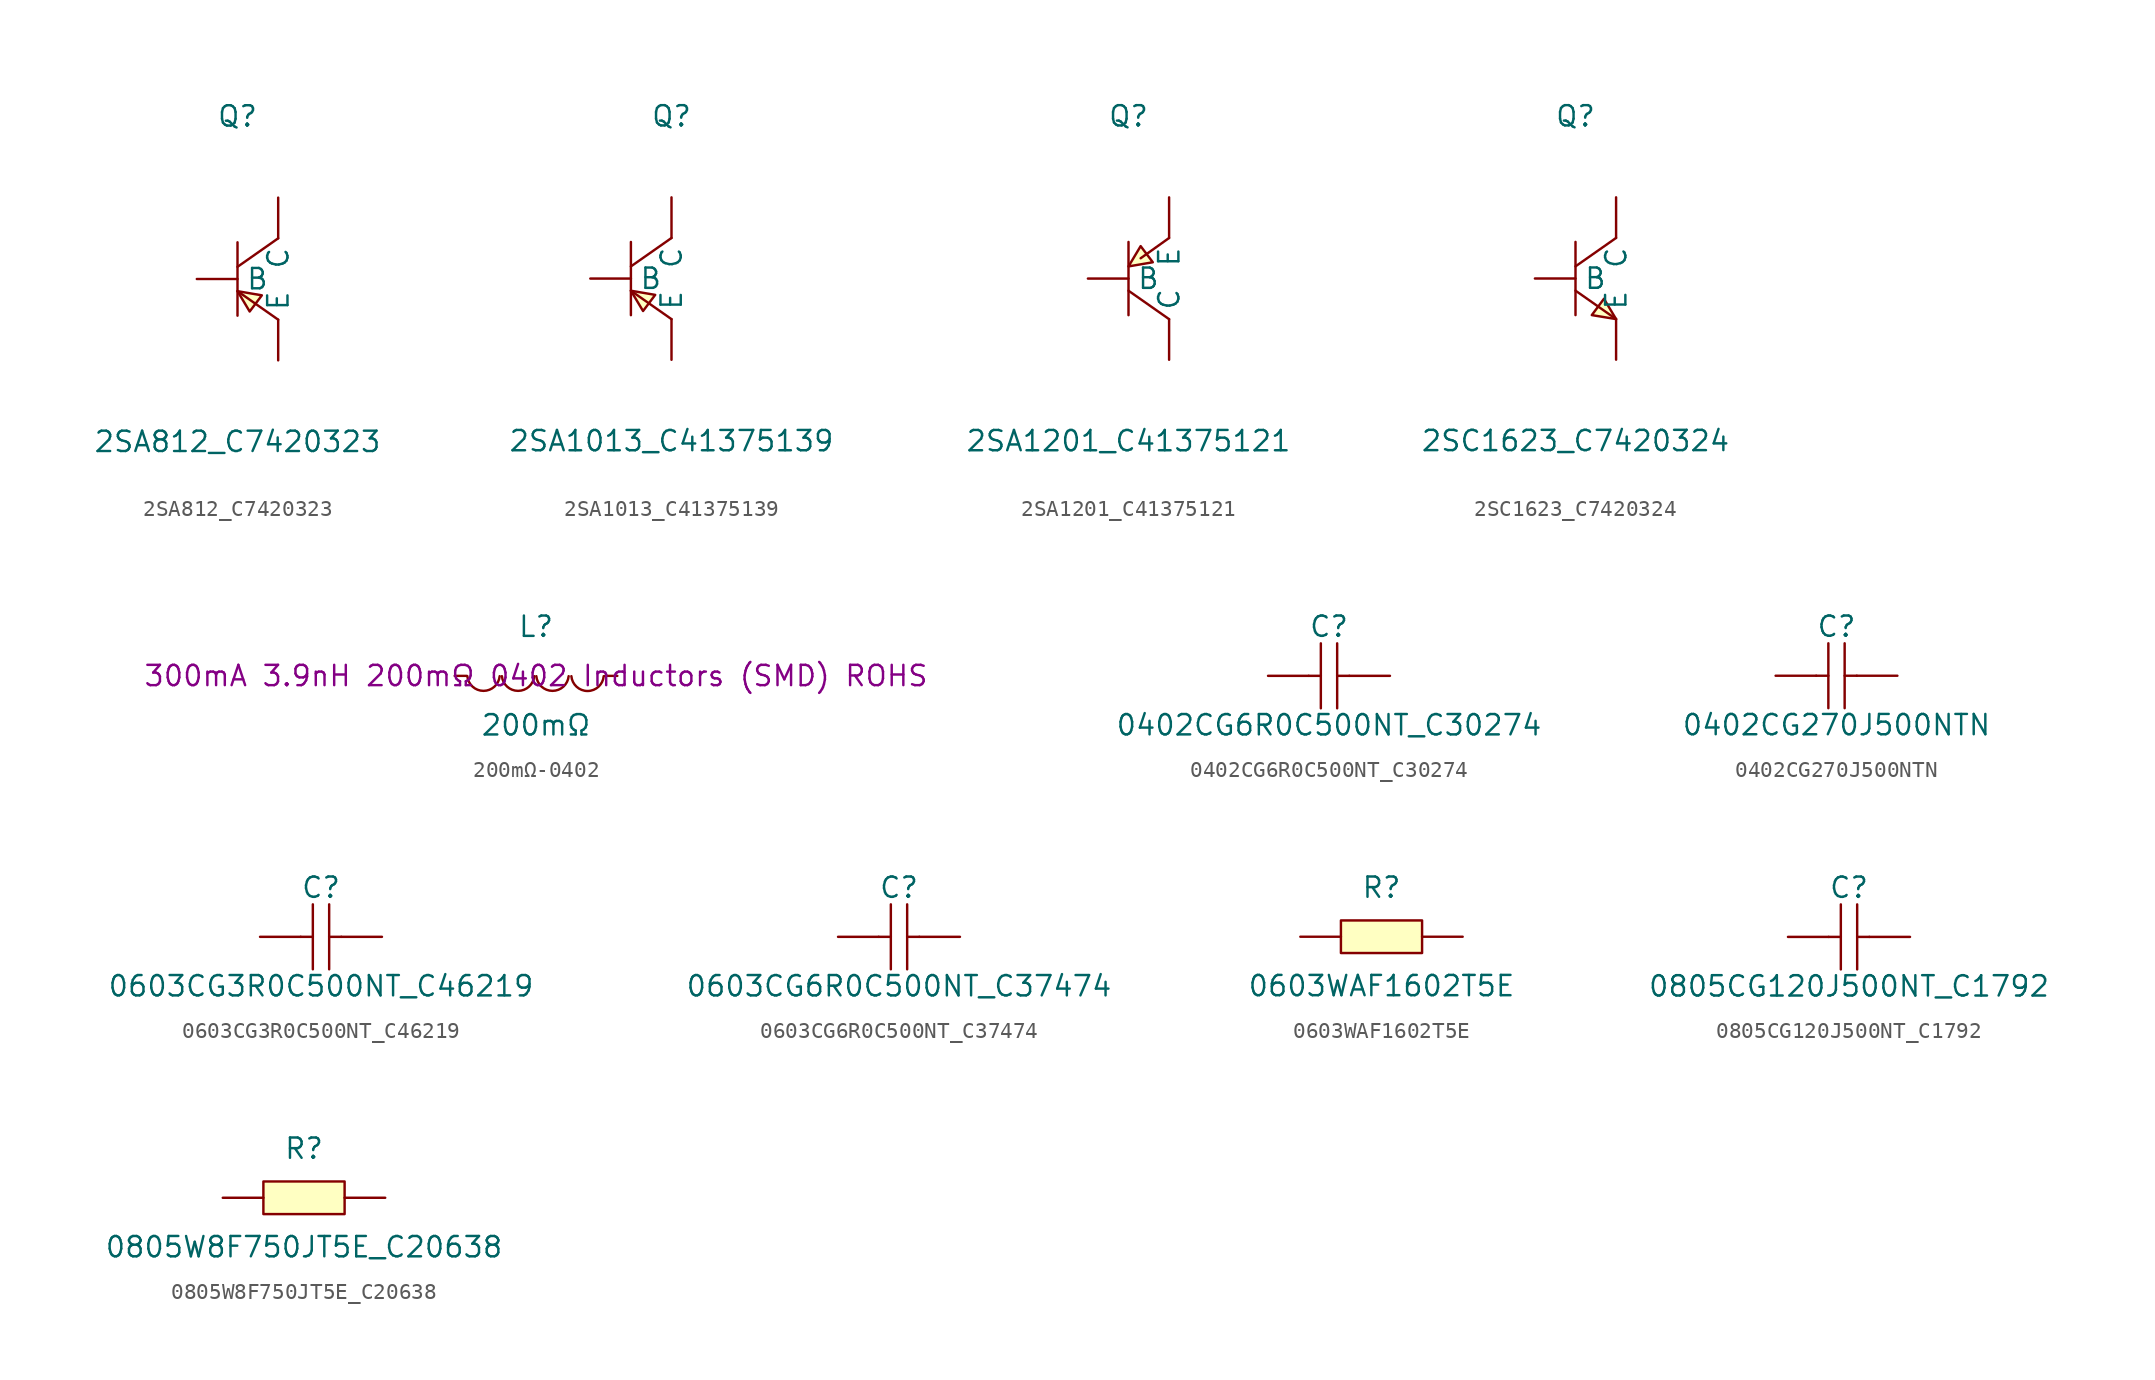
<source format=kicad_sym>
(kicad_symbol_lib
  (version 20241209)
  (generator "kicad_symbol_editor")
  (generator_version "9.0")
  (symbol "2SA812_C7420323"
    (pin_numbers
      (hide yes))
    (property "Reference" "Q"
      (at 0 10.16 0)
      (effects (font (size 1.27 1.27))))
    (property "Value" "2SA812_C7420323"
      (at 0 -10.16 0)
      (effects (font (size 1.27 1.27))))
    (symbol "2SA812_C7420323_0_1"
      (polyline (pts (xy 0 2.29) (xy 0 -2.29)) (stroke (width 0) (type default)) (fill (type none)))
      (polyline (pts (xy 0 -0.76) (xy 2.54 -2.54)) (stroke (width 0) (type default)) (fill (type none)))
      (polyline (pts (xy 0 -0.76) (xy 1.52 -1.02) (xy 0.76 -2.03) (xy 0 -0.76)) (stroke (width 0) (type default)) (fill (type background)))
      (polyline (pts (xy 2.54 2.54) (xy 0 0.76)) (stroke (width 0) (type default)) (fill (type none)))
      (pin unspecified line (at -2.54 0 0) (length 2.54) (name "B" (effects (font (size 1.27 1.27)))) (number "1" (effects (font (size 1.27 1.27)))))
      (pin unspecified line (at 2.54 5.08 270) (length 2.54) (name "C" (effects (font (size 1.27 1.27)))) (number "3" (effects (font (size 1.27 1.27)))))
      (pin unspecified line (at 2.54 -5.08 90) (length 2.54) (name "E" (effects (font (size 1.27 1.27)))) (number "2" (effects (font (size 1.27 1.27)))))))
  (symbol "2SA1013_C41375139"
    (pin_numbers
      (hide yes))
    (property "Reference" "Q"
      (at 0 10.16 0)
      (effects (font (size 1.27 1.27))))
    (property "Value" "2SA1013_C41375139"
      (at 0 -10.16 0)
      (effects (font (size 1.27 1.27))))
    (symbol "2SA1013_C41375139_0_1"
      (polyline (pts (xy -2.54 2.29) (xy -2.54 -2.29)) (stroke (width 0) (type default)) (fill (type none)))
      (polyline (pts (xy -2.54 -0.76) (xy 0 -2.54)) (stroke (width 0) (type default)) (fill (type none)))
      (polyline (pts (xy -2.54 -0.76) (xy -1.78 -2.03) (xy -1.02 -1.02) (xy -2.54 -0.76)) (stroke (width 0) (type default)) (fill (type background)))
      (polyline (pts (xy 0 2.54) (xy -2.54 0.76)) (stroke (width 0) (type default)) (fill (type none)))
      (pin input line (at -5.08 0 0) (length 2.54) (name "B" (effects (font (size 1.27 1.27)))) (number "1" (effects (font (size 1.27 1.27)))))
      (pin input line (at 0 5.08 270) (length 2.54) (name "C" (effects (font (size 1.27 1.27)))) (number "2" (effects (font (size 1.27 1.27)))))
      (pin input line (at 0 -5.08 90) (length 2.54) (name "E" (effects (font (size 1.27 1.27)))) (number "3" (effects (font (size 1.27 1.27)))))))
  (symbol "2SA1201_C41375121"
    (pin_numbers
      (hide yes))
    (property "Reference" "Q"
      (at 0 10.16 0)
      (effects (font (size 1.27 1.27))))
    (property "Value" "2SA1201_C41375121"
      (at 0 -10.16 0)
      (effects (font (size 1.27 1.27))))
    (symbol "2SA1201_C41375121_0_1"
      (polyline (pts (xy 0 0.76) (xy 1.52 1.02) (xy 0.76 2.03) (xy 0 0.76)) (stroke (width 0) (type default)) (fill (type background)))
      (polyline (pts (xy 0 -2.29) (xy 0 2.29)) (stroke (width 0) (type default)) (fill (type none)))
      (polyline (pts (xy 0.76 1.27) (xy 2.54 2.54)) (stroke (width 0) (type default)) (fill (type none)))
      (polyline (pts (xy 2.54 -2.54) (xy 0 -0.76)) (stroke (width 0) (type default)) (fill (type none)))
      (pin unspecified line (at -2.54 0 0) (length 2.54) (name "B" (effects (font (size 1.27 1.27)))) (number "1" (effects (font (size 1.27 1.27)))))
      (pin unspecified line (at 2.54 5.08 270) (length 2.54) (name "E" (effects (font (size 1.27 1.27)))) (number "3" (effects (font (size 1.27 1.27)))))
      (pin unspecified line (at 2.54 -5.08 90) (length 2.54) (name "C" (effects (font (size 1.27 1.27)))) (number "2" (effects (font (size 1.27 1.27)))))))
  (symbol "2SC1623_C7420324"
    (pin_numbers
      (hide yes))
    (property "Reference" "Q"
      (at 0 10.16 0)
      (effects (font (size 1.27 1.27))))
    (property "Value" "2SC1623_C7420324"
      (at 0 -10.16 0)
      (effects (font (size 1.27 1.27))))
    (symbol "2SC1623_C7420324_0_1"
      (polyline (pts (xy 0 2.29) (xy 0 -2.29)) (stroke (width 0) (type default)) (fill (type none)))
      (polyline (pts (xy 0 -0.76) (xy 2.54 -2.54)) (stroke (width 0) (type default)) (fill (type none)))
      (polyline (pts (xy 2.54 2.54) (xy 2.54 2.54) (xy 0 0.76)) (stroke (width 0) (type default)) (fill (type none)))
      (polyline (pts (xy 2.54 -2.54) (xy 1.78 -1.27) (xy 1.02 -2.29) (xy 2.54 -2.54)) (stroke (width 0) (type default)) (fill (type background)))
      (pin input line (at -2.54 0 0) (length 2.54) (name "B" (effects (font (size 1.27 1.27)))) (number "1" (effects (font (size 1.27 1.27)))))
      (pin input line (at 2.54 5.08 270) (length 2.54) (name "C" (effects (font (size 1.27 1.27)))) (number "3" (effects (font (size 1.27 1.27)))))
      (pin input line (at 2.54 -5.08 90) (length 2.54) (name "E" (effects (font (size 1.27 1.27)))) (number "2" (effects (font (size 1.27 1.27)))))))
  (symbol "200mΩ-0402"
    (pin_numbers
      (hide yes))
    (pin_names
      (hide yes))
    (property "Reference" "L"
      (at 0 3.08 0)
      (effects (font (size 1.27 1.27))))
    (property "Value" "200mΩ"
      (at 0 -3.08 0)
      (effects (font (size 1.27 1.27))))
    (property "Description" "300mA 3.9nH 200mΩ 0402 Inductors (SMD) ROHS"
      (at 0 0 0)
      (effects (font (size 1.27 1.27))))
    (symbol "200mΩ-0402_0_1"
      (arc (start -2.27 -0.02) (mid -3.28 -0.937) (end -4.29 -0.02) (stroke (width 0) (type default)) (fill (type none)))
      (arc (start -0.11 -0.02) (mid -1.12 -0.937) (end -2.13 -0.02) (stroke (width 0) (type default)) (fill (type none)))
      (arc (start 2.04 -0.02) (mid 1.03 -0.937) (end 0.02 -0.02) (stroke (width 0) (type default)) (fill (type none)))
      (arc (start 4.23 -0.02) (mid 3.22 -0.9448) (end 2.21 -0.02) (stroke (width 0) (type default)) (fill (type none)))
      (pin unspecified line (at -5.08 0 0) (length 0.762) (name "1" (effects (font (size 1.27 1.27)))) (number "1" (effects (font (size 1.27 1.27)))))
      (pin unspecified line (at 5.08 0 180) (length 0.762) (name "2" (effects (font (size 1.27 1.27)))) (number "2" (effects (font (size 1.27 1.27)))))))
  (symbol "0402CG6R0C500NT_C30274"
    (pin_numbers
      (hide yes))
    (pin_names
      (hide yes))
    (property "Reference" "C"
      (at 0 3.08 0)
      (effects (font (size 1.27 1.27))))
    (property "Value" "0402CG6R0C500NT_C30274"
      (at 0 -3.08 0)
      (effects (font (size 1.27 1.27))))
    (symbol "0402CG6R0C500NT_C30274_0_1"
      (polyline (pts (xy -1.27 0) (xy -0.51 0)) (stroke (width 0) (type default)) (fill (type none)))
      (polyline (pts (xy -0.51 2.03) (xy -0.51 -2.03)) (stroke (width 0) (type default)) (fill (type none)))
      (polyline (pts (xy 0.51 2.03) (xy 0.51 -2.03)) (stroke (width 0) (type default)) (fill (type none)))
      (polyline (pts (xy 0.51 0) (xy 1.27 0)) (stroke (width 0) (type default)) (fill (type none)))
      (pin input line (at -3.81 0 0) (length 2.54) (name "1" (effects (font (size 1.27 1.27)))) (number "1" (effects (font (size 1.27 1.27)))))
      (pin input line (at 3.81 0 180) (length 2.54) (name "2" (effects (font (size 1.27 1.27)))) (number "2" (effects (font (size 1.27 1.27)))))))
  (symbol "0402CG270J500NTN"
    (pin_numbers
      (hide yes))
    (pin_names
      (hide yes))
    (property "Reference" "C"
      (at 0 3.08 0)
      (effects (font (size 1.27 1.27))))
    (property "Value" "0402CG270J500NTN"
      (at 0 -3.08 0)
      (effects (font (size 1.27 1.27))))
    (symbol "0402CG270J500NTN_0_1"
      (polyline (pts (xy -1.27 0) (xy -0.51 0)) (stroke (width 0) (type default)) (fill (type none)))
      (polyline (pts (xy -0.51 2.03) (xy -0.51 -2.03)) (stroke (width 0) (type default)) (fill (type none)))
      (polyline (pts (xy 0.51 2.03) (xy 0.51 -2.03)) (stroke (width 0) (type default)) (fill (type none)))
      (polyline (pts (xy 0.51 0) (xy 1.27 0)) (stroke (width 0) (type default)) (fill (type none)))
      (pin input line (at -3.81 0 0) (length 2.54) (name "1" (effects (font (size 1.27 1.27)))) (number "1" (effects (font (size 1.27 1.27)))))
      (pin input line (at 3.81 0 180) (length 2.54) (name "2" (effects (font (size 1.27 1.27)))) (number "2" (effects (font (size 1.27 1.27)))))))
  (symbol "0603CG3R0C500NT_C46219"
    (pin_numbers
      (hide yes))
    (pin_names
      (hide yes))
    (property "Reference" "C"
      (at 0 3.08 0)
      (effects (font (size 1.27 1.27))))
    (property "Value" "0603CG3R0C500NT_C46219"
      (at 0 -3.08 0)
      (effects (font (size 1.27 1.27))))
    (symbol "0603CG3R0C500NT_C46219_0_1"
      (polyline (pts (xy -1.27 0) (xy -0.51 0)) (stroke (width 0) (type default)) (fill (type none)))
      (polyline (pts (xy -0.51 2.03) (xy -0.51 -2.03)) (stroke (width 0) (type default)) (fill (type none)))
      (polyline (pts (xy 0.51 2.03) (xy 0.51 -2.03)) (stroke (width 0) (type default)) (fill (type none)))
      (polyline (pts (xy 0.51 0) (xy 1.27 0)) (stroke (width 0) (type default)) (fill (type none)))
      (pin input line (at -3.81 0 0) (length 2.54) (name "1" (effects (font (size 1.27 1.27)))) (number "1" (effects (font (size 1.27 1.27)))))
      (pin input line (at 3.81 0 180) (length 2.54) (name "2" (effects (font (size 1.27 1.27)))) (number "2" (effects (font (size 1.27 1.27)))))))
  (symbol "0603CG6R0C500NT_C37474"
    (pin_numbers
      (hide yes))
    (pin_names
      (hide yes))
    (property "Reference" "C"
      (at 0 3.08 0)
      (effects (font (size 1.27 1.27))))
    (property "Value" "0603CG6R0C500NT_C37474"
      (at 0 -3.08 0)
      (effects (font (size 1.27 1.27))))
    (symbol "0603CG6R0C500NT_C37474_0_1"
      (polyline (pts (xy -1.27 0) (xy -0.51 0)) (stroke (width 0) (type default)) (fill (type none)))
      (polyline (pts (xy -0.51 2.03) (xy -0.51 -2.03)) (stroke (width 0) (type default)) (fill (type none)))
      (polyline (pts (xy 0.51 2.03) (xy 0.51 -2.03)) (stroke (width 0) (type default)) (fill (type none)))
      (polyline (pts (xy 0.51 0) (xy 1.27 0)) (stroke (width 0) (type default)) (fill (type none)))
      (pin input line (at -3.81 0 0) (length 2.54) (name "1" (effects (font (size 1.27 1.27)))) (number "1" (effects (font (size 1.27 1.27)))))
      (pin input line (at 3.81 0 180) (length 2.54) (name "2" (effects (font (size 1.27 1.27)))) (number "2" (effects (font (size 1.27 1.27)))))))
  (symbol "0603WAF1602T5E"
    (pin_numbers
      (hide yes))
    (pin_names
      (hide yes))
    (property "Reference" "R"
      (at 0 3.08 0)
      (effects (font (size 1.27 1.27))))
    (property "Value" "0603WAF1602T5E"
      (at 0 -3.08 0)
      (effects (font (size 1.27 1.27))))
    (symbol "0603WAF1602T5E_0_1"
      (rectangle (start -2.54 1.02) (end 2.54 -1.02) (stroke (width 0) (type default)) (fill (type background)))
      (pin input line (at -5.08 0 0) (length 2.54) (name "1" (effects (font (size 1.27 1.27)))) (number "1" (effects (font (size 1.27 1.27)))))
      (pin input line (at 5.08 0 180) (length 2.54) (name "2" (effects (font (size 1.27 1.27)))) (number "2" (effects (font (size 1.27 1.27)))))))
  (symbol "0805CG120J500NT_C1792"
    (pin_numbers
      (hide yes))
    (pin_names
      (hide yes))
    (property "Reference" "C"
      (at 0 3.08 0)
      (effects (font (size 1.27 1.27))))
    (property "Value" "0805CG120J500NT_C1792"
      (at 0 -3.08 0)
      (effects (font (size 1.27 1.27))))
    (symbol "0805CG120J500NT_C1792_0_1"
      (polyline (pts (xy -1.27 0) (xy -0.51 0)) (stroke (width 0) (type default)) (fill (type none)))
      (polyline (pts (xy -0.51 2.03) (xy -0.51 -2.03)) (stroke (width 0) (type default)) (fill (type none)))
      (polyline (pts (xy 0.51 2.03) (xy 0.51 -2.03)) (stroke (width 0) (type default)) (fill (type none)))
      (polyline (pts (xy 0.51 0) (xy 1.27 0)) (stroke (width 0) (type default)) (fill (type none)))
      (pin input line (at -3.81 0 0) (length 2.54) (name "1" (effects (font (size 1.27 1.27)))) (number "1" (effects (font (size 1.27 1.27)))))
      (pin input line (at 3.81 0 180) (length 2.54) (name "2" (effects (font (size 1.27 1.27)))) (number "2" (effects (font (size 1.27 1.27)))))))
  (symbol "0805W8F750JT5E_C20638"
    (pin_numbers
      (hide yes))
    (pin_names
      (hide yes))
    (property "Reference" "R"
      (at 0 3.08 0)
      (effects (font (size 1.27 1.27))))
    (property "Value" "0805W8F750JT5E_C20638"
      (at 0 -3.08 0)
      (effects (font (size 1.27 1.27))))
    (symbol "0805W8F750JT5E_C20638_0_1"
      (rectangle (start -2.54 1.02) (end 2.54 -1.02) (stroke (width 0) (type default)) (fill (type background)))
      (pin input line (at -5.08 0 0) (length 2.54) (name "1" (effects (font (size 1.27 1.27)))) (number "1" (effects (font (size 1.27 1.27)))))
      (pin input line (at 5.08 0 180) (length 2.54) (name "2" (effects (font (size 1.27 1.27)))) (number "2" (effects (font (size 1.27 1.27))))))))
</source>
